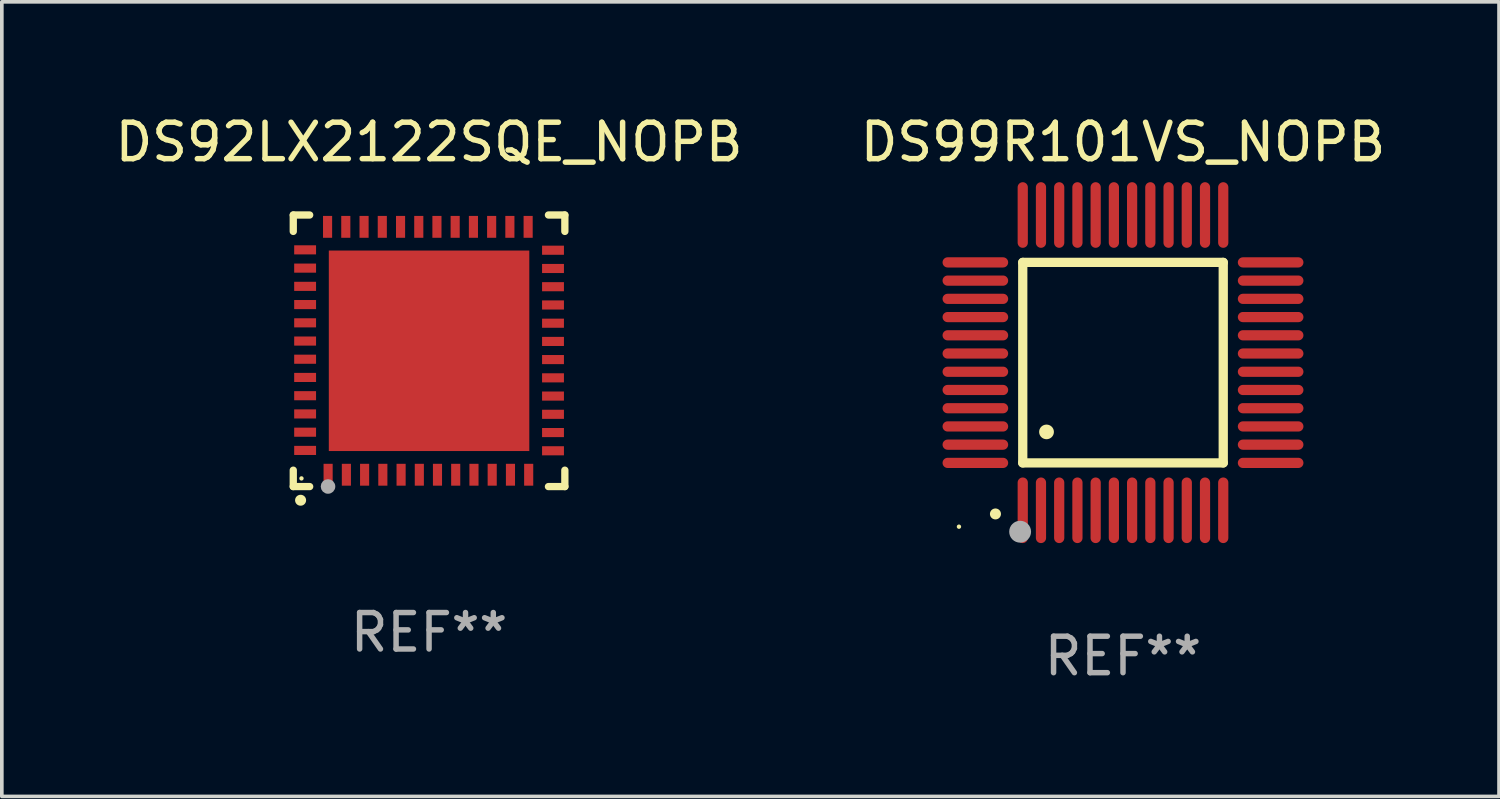
<source format=kicad_pcb>
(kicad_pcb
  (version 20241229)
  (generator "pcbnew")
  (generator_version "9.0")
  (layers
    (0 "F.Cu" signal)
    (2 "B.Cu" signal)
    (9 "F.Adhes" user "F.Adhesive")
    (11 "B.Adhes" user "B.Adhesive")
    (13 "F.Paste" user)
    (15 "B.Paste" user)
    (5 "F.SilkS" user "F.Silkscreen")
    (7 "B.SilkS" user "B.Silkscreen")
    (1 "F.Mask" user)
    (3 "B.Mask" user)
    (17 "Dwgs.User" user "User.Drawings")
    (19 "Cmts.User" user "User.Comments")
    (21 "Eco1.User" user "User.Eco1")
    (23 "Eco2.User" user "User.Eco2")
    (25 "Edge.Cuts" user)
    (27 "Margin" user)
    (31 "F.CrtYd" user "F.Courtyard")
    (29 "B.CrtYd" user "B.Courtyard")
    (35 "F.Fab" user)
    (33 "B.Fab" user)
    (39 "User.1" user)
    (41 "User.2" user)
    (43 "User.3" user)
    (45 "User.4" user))
  (footprint "DS92LX2122SQE_NOPB"
    (layer "F.Cu")
    (at 8.72 6.573)
    (property "Reference" "DS92LX2122SQE_NOPB" (at 0 -5.725 0) (layer "F.SilkS") (effects (font (size 1 1) (thickness 0.15))))
    (attr through_hole)
    (fp_line (start -3.725 -3.725) (end -3.275 -3.725) (stroke (width 0.2) (type solid)) (layer "F.SilkS"))
    (fp_line (start -3.725 -3.275) (end -3.725 -3.725) (stroke (width 0.2) (type solid)) (layer "F.SilkS"))
    (fp_line (start -3.725 3.725) (end -3.725 3.275) (stroke (width 0.2) (type solid)) (layer "F.SilkS"))
    (fp_line (start -3.275 3.725) (end -3.725 3.725) (stroke (width 0.2) (type solid)) (layer "F.SilkS"))
    (fp_line (start 3.275 3.725) (end 3.725 3.725) (stroke (width 0.2) (type solid)) (layer "F.SilkS"))
    (fp_line (start 3.725 -3.725) (end 3.275 -3.725) (stroke (width 0.2) (type solid)) (layer "F.SilkS"))
    (fp_line (start 3.725 -3.275) (end 3.725 -3.725) (stroke (width 0.2) (type solid)) (layer "F.SilkS"))
    (fp_line (start 3.725 3.725) (end 3.725 3.275) (stroke (width 0.2) (type solid)) (layer "F.SilkS"))
    (fp_arc (start -3.525527 4.099568) (mid -3.524257 4.099563) (end -3.522987 4.099568) (stroke (width 0.3) (type solid)) (layer "F.SilkS"))
    (fp_circle (center -3.5 3.501) (end -3.47 3.501) (stroke (width 0.06) (type solid)) (fill no) (layer "F.SilkS"))
    (fp_circle (center -2.772 3.722) (end -2.672 3.722) (stroke (width 0.2) (type solid)) (fill no) (layer "F.Fab"))
    (fp_text user "REF**" (at 0 7.725 0) (layer "F.Fab") (effects (font (size 1 1) (thickness 0.15))))
    (pad "1" smd rect (at -2.769 3.4 180) (size 0.25 0.6) (layers "F.Cu" "F.Mask" "F.Paste"))
    (pad "2" smd rect (at -2.268 3.4 180) (size 0.25 0.6) (layers "F.Cu" "F.Mask" "F.Paste"))
    (pad "3" smd rect (at -1.768 3.4 180) (size 0.25 0.6) (layers "F.Cu" "F.Mask" "F.Paste"))
    (pad "4" smd rect (at -1.268 3.4 180) (size 0.25 0.6) (layers "F.Cu" "F.Mask" "F.Paste"))
    (pad "5" smd rect (at -0.767 3.4 180) (size 0.25 0.6) (layers "F.Cu" "F.Mask" "F.Paste"))
    (pad "6" smd rect (at -0.267 3.4 180) (size 0.25 0.6) (layers "F.Cu" "F.Mask" "F.Paste"))
    (pad "7" smd rect (at 0.231 3.4 180) (size 0.25 0.6) (layers "F.Cu" "F.Mask" "F.Paste"))
    (pad "8" smd rect (at 0.731 3.4 180) (size 0.25 0.6) (layers "F.Cu" "F.Mask" "F.Paste"))
    (pad "9" smd rect (at 1.232 3.4 180) (size 0.25 0.6) (layers "F.Cu" "F.Mask" "F.Paste"))
    (pad "10" smd rect (at 1.732 3.4 180) (size 0.25 0.6) (layers "F.Cu" "F.Mask" "F.Paste"))
    (pad "11" smd rect (at 2.233 3.4 180) (size 0.25 0.6) (layers "F.Cu" "F.Mask" "F.Paste"))
    (pad "12" smd rect (at 2.733 3.4 180) (size 0.25 0.6) (layers "F.Cu" "F.Mask" "F.Paste"))
    (pad "13" smd rect (at 3.4 2.743 90) (size 0.25 0.6) (layers "F.Cu" "F.Mask" "F.Paste"))
    (pad "14" smd rect (at 3.4 2.243 90) (size 0.25 0.6) (layers "F.Cu" "F.Mask" "F.Paste"))
    (pad "15" smd rect (at 3.4 1.742 90) (size 0.25 0.6) (layers "F.Cu" "F.Mask" "F.Paste"))
    (pad "16" smd rect (at 3.4 1.242 90) (size 0.25 0.6) (layers "F.Cu" "F.Mask" "F.Paste"))
    (pad "17" smd rect (at 3.4 0.742 90) (size 0.25 0.6) (layers "F.Cu" "F.Mask" "F.Paste"))
    (pad "18" smd rect (at 3.4 0.241 90) (size 0.25 0.6) (layers "F.Cu" "F.Mask" "F.Paste"))
    (pad "19" smd rect (at 3.4 -0.257 90) (size 0.25 0.6) (layers "F.Cu" "F.Mask" "F.Paste"))
    (pad "20" smd rect (at 3.4 -0.757 90) (size 0.25 0.6) (layers "F.Cu" "F.Mask" "F.Paste"))
    (pad "21" smd rect (at 3.4 -1.257 90) (size 0.25 0.6) (layers "F.Cu" "F.Mask" "F.Paste"))
    (pad "22" smd rect (at 3.4 -1.758 90) (size 0.25 0.6) (layers "F.Cu" "F.Mask" "F.Paste"))
    (pad "23" smd rect (at 3.4 -2.258 90) (size 0.25 0.6) (layers "F.Cu" "F.Mask" "F.Paste"))
    (pad "24" smd rect (at 3.4 -2.759 90) (size 0.25 0.6) (layers "F.Cu" "F.Mask" "F.Paste"))
    (pad "25" smd rect (at 2.718 -3.4 180) (size 0.25 0.6) (layers "F.Cu" "F.Mask" "F.Paste"))
    (pad "26" smd rect (at 2.217 -3.4 180) (size 0.25 0.6) (layers "F.Cu" "F.Mask" "F.Paste"))
    (pad "27" smd rect (at 1.717 -3.4 180) (size 0.25 0.6) (layers "F.Cu" "F.Mask" "F.Paste"))
    (pad "28" smd rect (at 1.217 -3.4 180) (size 0.25 0.6) (layers "F.Cu" "F.Mask" "F.Paste"))
    (pad "29" smd rect (at 0.716 -3.4 180) (size 0.25 0.6) (layers "F.Cu" "F.Mask" "F.Paste"))
    (pad "30" smd rect (at 0.216 -3.4 180) (size 0.25 0.6) (layers "F.Cu" "F.Mask" "F.Paste"))
    (pad "31" smd rect (at -0.282 -3.4 180) (size 0.25 0.6) (layers "F.Cu" "F.Mask" "F.Paste"))
    (pad "32" smd rect (at -0.782 -3.4 180) (size 0.25 0.6) (layers "F.Cu" "F.Mask" "F.Paste"))
    (pad "33" smd rect (at -1.283 -3.4 180) (size 0.25 0.6) (layers "F.Cu" "F.Mask" "F.Paste"))
    (pad "34" smd rect (at -1.783 -3.4 180) (size 0.25 0.6) (layers "F.Cu" "F.Mask" "F.Paste"))
    (pad "35" smd rect (at -2.284 -3.4 180) (size 0.25 0.6) (layers "F.Cu" "F.Mask" "F.Paste"))
    (pad "36" smd rect (at -2.784 -3.4 180) (size 0.25 0.6) (layers "F.Cu" "F.Mask" "F.Paste"))
    (pad "37" smd rect (at -3.4 -2.769 90) (size 0.25 0.6) (layers "F.Cu" "F.Mask" "F.Paste"))
    (pad "38" smd rect (at -3.4 -2.268 90) (size 0.25 0.6) (layers "F.Cu" "F.Mask" "F.Paste"))
    (pad "39" smd rect (at -3.4 -1.768 90) (size 0.25 0.6) (layers "F.Cu" "F.Mask" "F.Paste"))
    (pad "40" smd rect (at -3.4 -1.268 90) (size 0.25 0.6) (layers "F.Cu" "F.Mask" "F.Paste"))
    (pad "41" smd rect (at -3.4 -0.767 90) (size 0.25 0.6) (layers "F.Cu" "F.Mask" "F.Paste"))
    (pad "42" smd rect (at -3.4 -0.267 90) (size 0.25 0.6) (layers "F.Cu" "F.Mask" "F.Paste"))
    (pad "43" smd rect (at -3.4 0.231 90) (size 0.25 0.6) (layers "F.Cu" "F.Mask" "F.Paste"))
    (pad "44" smd rect (at -3.4 0.731 90) (size 0.25 0.6) (layers "F.Cu" "F.Mask" "F.Paste"))
    (pad "45" smd rect (at -3.4 1.232 90) (size 0.25 0.6) (layers "F.Cu" "F.Mask" "F.Paste"))
    (pad "46" smd rect (at -3.4 1.732 90) (size 0.25 0.6) (layers "F.Cu" "F.Mask" "F.Paste"))
    (pad "47" smd rect (at -3.4 2.233 90) (size 0.25 0.6) (layers "F.Cu" "F.Mask" "F.Paste"))
    (pad "48" smd rect (at -3.4 2.733 90) (size 0.25 0.6) (layers "F.Cu" "F.Mask" "F.Paste"))
    (pad "49" smd rect (at -0.000076 -0.000076 90) (size 5.5 5.5) (layers "F.Cu" "F.Mask" "F.Paste")))
  (footprint "DS99R101VS_NOPB"
    (layer "F.Cu")
    (at 27.756 6.898)
    (property "Reference" "DS99R101VS_NOPB" (at 0 -6.05 0) (layer "F.SilkS") (effects (font (size 1 1) (thickness 0.15))))
    (attr through_hole)
    (fp_line (start -2.75 -2.75) (end 2.75 -2.75) (stroke (width 0.254) (type solid)) (layer "F.SilkS"))
    (fp_line (start -2.75 2.75) (end -2.75 -2.75) (stroke (width 0.254) (type solid)) (layer "F.SilkS"))
    (fp_line (start 2.75 -2.75) (end 2.75 2.75) (stroke (width 0.254) (type solid)) (layer "F.SilkS"))
    (fp_line (start 2.75 2.75) (end -2.75 2.75) (stroke (width 0.254) (type solid)) (layer "F.SilkS"))
    (fp_arc (start -3.500127 4.150368) (mid -3.498857 4.150363) (end -3.497587 4.150368) (stroke (width 0.3) (type solid)) (layer "F.SilkS"))
    (fp_arc (start -2.100584 1.899924) (mid -2.098044 1.899908) (end -2.095504 1.899924) (stroke (width 0.4) (type solid)) (layer "F.SilkS"))
    (fp_circle (center -4.5 4.5) (end -4.47 4.5) (stroke (width 0.06) (type solid)) (fill no) (layer "F.SilkS"))
    (fp_circle (center -2.822 4.638) (end -2.672 4.638) (stroke (width 0.3) (type solid)) (fill no) (layer "F.Fab"))
    (fp_text user "REF**" (at 0 8.05 0) (layer "F.Fab") (effects (font (size 1 1) (thickness 0.15))))
    (pad "1" smd oval (at -2.75 4.05) (size 0.28 1.8) (layers "F.Cu" "F.Mask" "F.Paste"))
    (pad "2" smd oval (at -2.25 4.05) (size 0.28 1.8) (layers "F.Cu" "F.Mask" "F.Paste"))
    (pad "3" smd oval (at -1.75 4.05) (size 0.28 1.8) (layers "F.Cu" "F.Mask" "F.Paste"))
    (pad "4" smd oval (at -1.25 4.05) (size 0.28 1.8) (layers "F.Cu" "F.Mask" "F.Paste"))
    (pad "5" smd oval (at -0.75 4.05) (size 0.28 1.8) (layers "F.Cu" "F.Mask" "F.Paste"))
    (pad "6" smd oval (at -0.25 4.05) (size 0.28 1.8) (layers "F.Cu" "F.Mask" "F.Paste"))
    (pad "7" smd oval (at 0.25 4.05) (size 0.28 1.8) (layers "F.Cu" "F.Mask" "F.Paste"))
    (pad "8" smd oval (at 0.75 4.05) (size 0.28 1.8) (layers "F.Cu" "F.Mask" "F.Paste"))
    (pad "9" smd oval (at 1.25 4.05) (size 0.28 1.8) (layers "F.Cu" "F.Mask" "F.Paste"))
    (pad "10" smd oval (at 1.75 4.05) (size 0.28 1.8) (layers "F.Cu" "F.Mask" "F.Paste"))
    (pad "11" smd oval (at 2.25 4.05) (size 0.28 1.8) (layers "F.Cu" "F.Mask" "F.Paste"))
    (pad "12" smd oval (at 2.75 4.05) (size 0.28 1.8) (layers "F.Cu" "F.Mask" "F.Paste"))
    (pad "13" smd oval (at 4.05 2.75) (size 1.8 0.28) (layers "F.Cu" "F.Mask" "F.Paste"))
    (pad "14" smd oval (at 4.05 2.25) (size 1.8 0.28) (layers "F.Cu" "F.Mask" "F.Paste"))
    (pad "15" smd oval (at 4.05 1.75) (size 1.8 0.28) (layers "F.Cu" "F.Mask" "F.Paste"))
    (pad "16" smd oval (at 4.05 1.25) (size 1.8 0.28) (layers "F.Cu" "F.Mask" "F.Paste"))
    (pad "17" smd oval (at 4.05 0.75) (size 1.8 0.28) (layers "F.Cu" "F.Mask" "F.Paste"))
    (pad "18" smd oval (at 4.05 0.25) (size 1.8 0.28) (layers "F.Cu" "F.Mask" "F.Paste"))
    (pad "19" smd oval (at 4.05 -0.25) (size 1.8 0.28) (layers "F.Cu" "F.Mask" "F.Paste"))
    (pad "20" smd oval (at 4.05 -0.75) (size 1.8 0.28) (layers "F.Cu" "F.Mask" "F.Paste"))
    (pad "21" smd oval (at 4.05 -1.25) (size 1.8 0.28) (layers "F.Cu" "F.Mask" "F.Paste"))
    (pad "22" smd oval (at 4.05 -1.75) (size 1.8 0.28) (layers "F.Cu" "F.Mask" "F.Paste"))
    (pad "23" smd oval (at 4.05 -2.25) (size 1.8 0.28) (layers "F.Cu" "F.Mask" "F.Paste"))
    (pad "24" smd oval (at 4.05 -2.75) (size 1.8 0.28) (layers "F.Cu" "F.Mask" "F.Paste"))
    (pad "25" smd oval (at 2.75 -4.05) (size 0.28 1.8) (layers "F.Cu" "F.Mask" "F.Paste"))
    (pad "26" smd oval (at 2.25 -4.05) (size 0.28 1.8) (layers "F.Cu" "F.Mask" "F.Paste"))
    (pad "27" smd oval (at 1.75 -4.05) (size 0.28 1.8) (layers "F.Cu" "F.Mask" "F.Paste"))
    (pad "28" smd oval (at 1.25 -4.05) (size 0.28 1.8) (layers "F.Cu" "F.Mask" "F.Paste"))
    (pad "29" smd oval (at 0.75 -4.05) (size 0.28 1.8) (layers "F.Cu" "F.Mask" "F.Paste"))
    (pad "30" smd oval (at 0.25 -4.05) (size 0.28 1.8) (layers "F.Cu" "F.Mask" "F.Paste"))
    (pad "31" smd oval (at -0.25 -4.05) (size 0.28 1.8) (layers "F.Cu" "F.Mask" "F.Paste"))
    (pad "32" smd oval (at -0.75 -4.05) (size 0.28 1.8) (layers "F.Cu" "F.Mask" "F.Paste"))
    (pad "33" smd oval (at -1.25 -4.05) (size 0.28 1.8) (layers "F.Cu" "F.Mask" "F.Paste"))
    (pad "34" smd oval (at -1.75 -4.05) (size 0.28 1.8) (layers "F.Cu" "F.Mask" "F.Paste"))
    (pad "35" smd oval (at -2.25 -4.05) (size 0.28 1.8) (layers "F.Cu" "F.Mask" "F.Paste"))
    (pad "36" smd oval (at -2.75 -4.05) (size 0.28 1.8) (layers "F.Cu" "F.Mask" "F.Paste"))
    (pad "37" smd oval (at -4.05 -2.75) (size 1.8 0.28) (layers "F.Cu" "F.Mask" "F.Paste"))
    (pad "38" smd oval (at -4.05 -2.25) (size 1.8 0.28) (layers "F.Cu" "F.Mask" "F.Paste"))
    (pad "39" smd oval (at -4.05 -1.75) (size 1.8 0.28) (layers "F.Cu" "F.Mask" "F.Paste"))
    (pad "40" smd oval (at -4.05 -1.25) (size 1.8 0.28) (layers "F.Cu" "F.Mask" "F.Paste"))
    (pad "41" smd oval (at -4.05 -0.75) (size 1.8 0.28) (layers "F.Cu" "F.Mask" "F.Paste"))
    (pad "42" smd oval (at -4.05 -0.25) (size 1.8 0.28) (layers "F.Cu" "F.Mask" "F.Paste"))
    (pad "43" smd oval (at -4.05 0.25) (size 1.8 0.28) (layers "F.Cu" "F.Mask" "F.Paste"))
    (pad "44" smd oval (at -4.05 0.75) (size 1.8 0.28) (layers "F.Cu" "F.Mask" "F.Paste"))
    (pad "45" smd oval (at -4.05 1.25) (size 1.8 0.28) (layers "F.Cu" "F.Mask" "F.Paste"))
    (pad "46" smd oval (at -4.05 1.75) (size 1.8 0.28) (layers "F.Cu" "F.Mask" "F.Paste"))
    (pad "47" smd oval (at -4.05 2.25) (size 1.8 0.28) (layers "F.Cu" "F.Mask" "F.Paste"))
    (pad "48" smd oval (at -4.05 2.75) (size 1.8 0.28) (layers "F.Cu" "F.Mask" "F.Paste")))
  (gr_rect
    (start -3 -3)
    (end 38.071 18.797)
    (stroke (width 0.1) (type default))
    (fill no)
    (layer "Edge.Cuts")))
</source>
